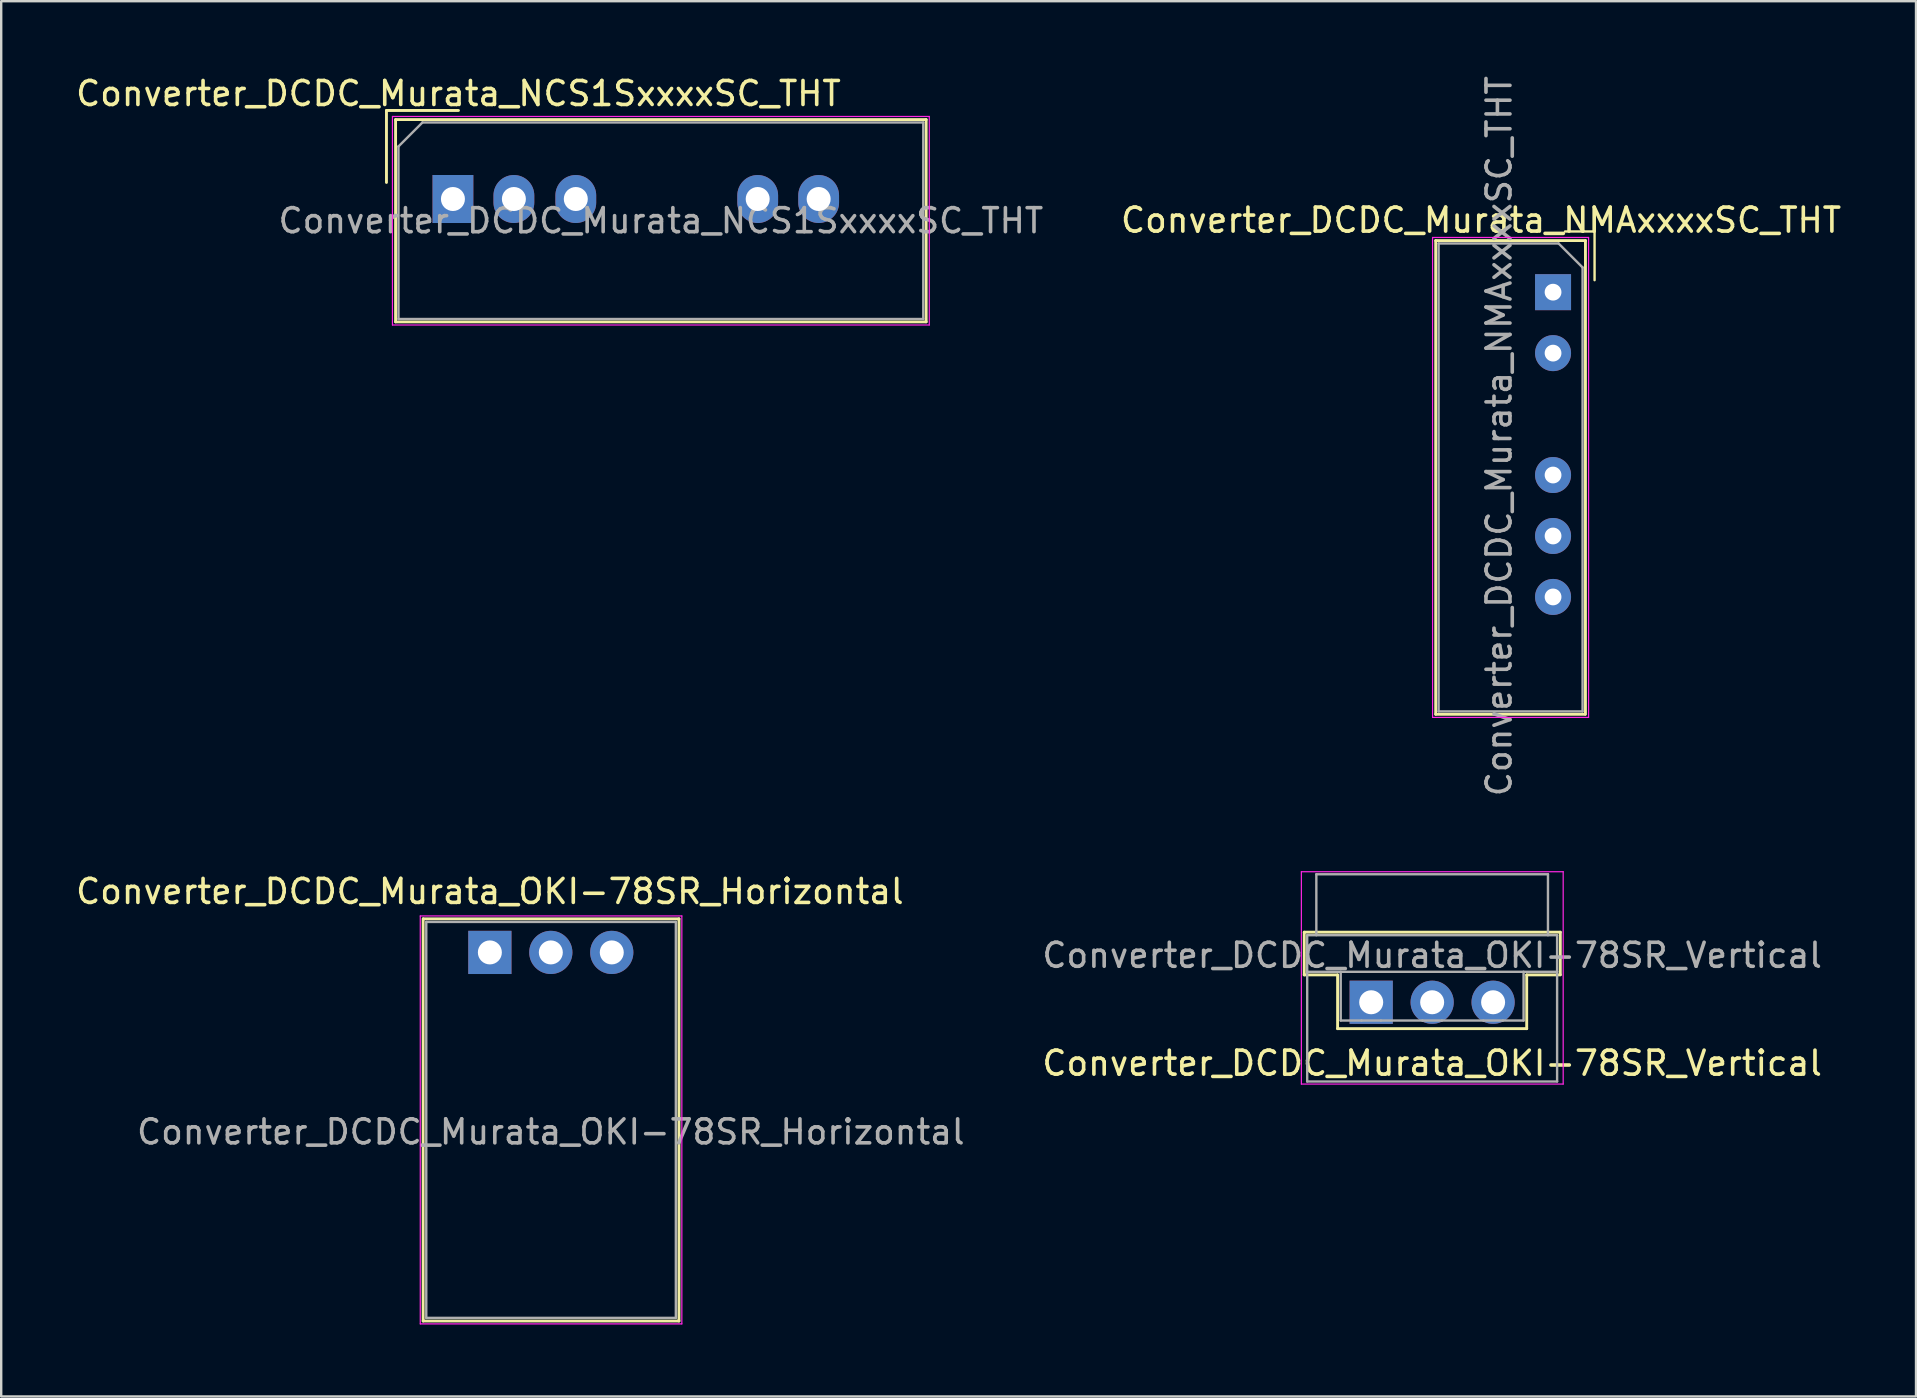
<source format=kicad_pcb>
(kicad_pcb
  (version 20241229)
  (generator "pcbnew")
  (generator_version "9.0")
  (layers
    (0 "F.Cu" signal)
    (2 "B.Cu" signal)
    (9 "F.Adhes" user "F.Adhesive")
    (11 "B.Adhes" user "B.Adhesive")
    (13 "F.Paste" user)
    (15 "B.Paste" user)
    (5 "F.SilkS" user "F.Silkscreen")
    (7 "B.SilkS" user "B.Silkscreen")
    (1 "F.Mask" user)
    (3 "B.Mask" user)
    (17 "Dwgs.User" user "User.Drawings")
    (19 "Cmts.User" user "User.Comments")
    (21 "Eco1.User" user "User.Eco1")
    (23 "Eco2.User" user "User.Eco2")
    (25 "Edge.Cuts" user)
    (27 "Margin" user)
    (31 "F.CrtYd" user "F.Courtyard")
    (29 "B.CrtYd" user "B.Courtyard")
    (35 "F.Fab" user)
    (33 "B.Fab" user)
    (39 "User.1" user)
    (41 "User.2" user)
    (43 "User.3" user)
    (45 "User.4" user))
  (footprint "Converter_DCDC_Murata_NCS1SxxxxSC_THT"
    (layer "F.Cu")
    (at 15.824 5.243)
    (property "Reference" "Converter_DCDC_Murata_NCS1SxxxxSC_THT" (at 0.23 -4.395 0) (layer "F.SilkS") (effects (font (size 1 1) (thickness 0.15))))
    (attr through_hole)
    (fp_line (start -2.77 -3.69) (end 0.23 -3.69) (stroke (width 0.12) (type solid)) (layer "F.SilkS"))
    (fp_line (start -2.77 -0.69) (end -2.77 -3.69) (stroke (width 0.12) (type solid)) (layer "F.SilkS"))
    (fp_line (start -2.39 -3.31) (end -2.39 5.12) (stroke (width 0.12) (type solid)) (layer "F.SilkS"))
    (fp_line (start -2.39 -3.31) (end 19.72 -3.31) (stroke (width 0.12) (type solid)) (layer "F.SilkS"))
    (fp_line (start -2.39 5.12) (end 19.72 5.12) (stroke (width 0.12) (type solid)) (layer "F.SilkS"))
    (fp_line (start 19.72 -3.31) (end 19.72 5.12) (stroke (width 0.12) (type solid)) (layer "F.SilkS"))
    (fp_line (start -2.52 -3.44) (end -2.52 5.25) (stroke (width 0.05) (type solid)) (layer "F.CrtYd"))
    (fp_line (start -2.52 -3.44) (end 19.85 -3.44) (stroke (width 0.05) (type solid)) (layer "F.CrtYd"))
    (fp_line (start -2.52 5.25) (end 19.85 5.25) (stroke (width 0.05) (type solid)) (layer "F.CrtYd"))
    (fp_line (start 19.85 -3.44) (end 19.85 5.25) (stroke (width 0.05) (type solid)) (layer "F.CrtYd"))
    (fp_line (start -2.27 -2.19) (end -1.27 -3.19) (stroke (width 0.1) (type solid)) (layer "F.Fab"))
    (fp_line (start -2.27 5) (end -2.27 -2.19) (stroke (width 0.1) (type solid)) (layer "F.Fab"))
    (fp_line (start -1.27 -3.19) (end 19.6 -3.19) (stroke (width 0.1) (type solid)) (layer "F.Fab"))
    (fp_line (start 19.6 -3.19) (end 19.6 5) (stroke (width 0.1) (type solid)) (layer "F.Fab"))
    (fp_line (start 19.6 5) (end -2.27 5) (stroke (width 0.1) (type solid)) (layer "F.Fab"))
    (fp_text user "" (at -3 0 0) (layer "F.SilkS") (effects (font (size 1 1) (thickness 0.15))))
    (fp_text user "${REFERENCE}" (at 8.665 0.905 0) (layer "F.Fab") (effects (font (size 1 1) (thickness 0.15))))
    (pad "1" thru_hole rect (at 0 0) (size 1.7 2) (drill 1) (layers "*.Cu" "*.Mask"))
    (pad "2" thru_hole oval (at 2.54 0) (size 1.7 2) (drill 1) (layers "*.Cu" "*.Mask"))
    (pad "3" thru_hole oval (at 5.12 0) (size 1.7 2) (drill 1) (layers "*.Cu" "*.Mask"))
    (pad "6" thru_hole oval (at 12.7 0) (size 1.7 2) (drill 1) (layers "*.Cu" "*.Mask"))
    (pad "7" thru_hole oval (at 15.24 0) (size 1.7 2) (drill 1) (layers "*.Cu" "*.Mask")))
  (footprint "Converter_DCDC_Murata_OKI-78SR_Vertical"
    (layer "F.Cu")
    (at 54.089 38.715)
    (property "Reference" "Converter_DCDC_Murata_OKI-78SR_Vertical" (at 2.54 2.54 180) (layer "F.SilkS") (effects (font (size 1 1) (thickness 0.15))))
    (attr through_hole)
    (fp_line (start -2.79 -2.92) (end -2.79 -1.14) (stroke (width 0.12) (type solid)) (layer "F.SilkS"))
    (fp_line (start -1.4 -1.14) (end -2.79 -1.14) (stroke (width 0.12) (type solid)) (layer "F.SilkS"))
    (fp_line (start -1.4 1.1) (end -1.4 -1.14) (stroke (width 0.12) (type solid)) (layer "F.SilkS"))
    (fp_line (start 6.48 -1.14) (end 6.48 1.1) (stroke (width 0.12) (type solid)) (layer "F.SilkS"))
    (fp_line (start 6.48 1.1) (end -1.4 1.1) (stroke (width 0.12) (type solid)) (layer "F.SilkS"))
    (fp_line (start 7.88 -2.92) (end -2.79 -2.92) (stroke (width 0.12) (type solid)) (layer "F.SilkS"))
    (fp_line (start 7.88 -1.15) (end 7.88 -2.92) (stroke (width 0.12) (type solid)) (layer "F.SilkS"))
    (fp_line (start 7.88 -1.14) (end 6.48 -1.14) (stroke (width 0.12) (type solid)) (layer "F.SilkS"))
    (fp_line (start -2.91 -5.44) (end -2.91 3.41) (stroke (width 0.05) (type solid)) (layer "F.CrtYd"))
    (fp_line (start -2.91 3.41) (end 8 3.41) (stroke (width 0.05) (type solid)) (layer "F.CrtYd"))
    (fp_line (start 8 -5.44) (end -2.91 -5.44) (stroke (width 0.05) (type solid)) (layer "F.CrtYd"))
    (fp_line (start 8 3.41) (end 8 -5.44) (stroke (width 0.05) (type solid)) (layer "F.CrtYd"))
    (fp_line (start -2.667 -2.794) (end -2.667 -1.27) (stroke (width 0.1) (type solid)) (layer "F.Fab"))
    (fp_line (start -2.667 -2.794) (end 7.747 -2.794) (stroke (width 0.1) (type solid)) (layer "F.Fab"))
    (fp_line (start -2.667 -1.27) (end -2.667 3.302) (stroke (width 0.1) (type solid)) (layer "F.Fab"))
    (fp_line (start -2.667 -1.27) (end 7.747 -1.27) (stroke (width 0.1) (type solid)) (layer "F.Fab"))
    (fp_line (start -2.286 -5.334) (end -2.286 -2.794) (stroke (width 0.1) (type solid)) (layer "F.Fab"))
    (fp_line (start -1.27 0.762) (end -1.27 -1.27) (stroke (width 0.1) (type solid)) (layer "F.Fab"))
    (fp_line (start -1.27 0.762) (end -0.406 0.762) (stroke (width 0.1) (type solid)) (layer "F.Fab"))
    (fp_line (start 0.406 0.762) (end -0.406 0.762) (stroke (width 0.1) (type solid)) (layer "F.Fab"))
    (fp_line (start 0.406 0.762) (end 2.134 0.762) (stroke (width 0.1) (type solid)) (layer "F.Fab"))
    (fp_line (start 2.946 0.762) (end 2.134 0.762) (stroke (width 0.1) (type solid)) (layer "F.Fab"))
    (fp_line (start 2.946 0.762) (end 4.674 0.762) (stroke (width 0.1) (type solid)) (layer "F.Fab"))
    (fp_line (start 5.486 0.762) (end 4.674 0.762) (stroke (width 0.1) (type solid)) (layer "F.Fab"))
    (fp_line (start 5.486 0.762) (end 6.35 0.762) (stroke (width 0.1) (type solid)) (layer "F.Fab"))
    (fp_line (start 6.35 -1.27) (end 6.35 0.762) (stroke (width 0.1) (type solid)) (layer "F.Fab"))
    (fp_line (start 7.366 -5.334) (end -2.286 -5.334) (stroke (width 0.1) (type solid)) (layer "F.Fab"))
    (fp_line (start 7.366 -2.794) (end 7.366 -5.334) (stroke (width 0.1) (type solid)) (layer "F.Fab"))
    (fp_line (start 7.747 -2.794) (end 7.747 -1.27) (stroke (width 0.1) (type solid)) (layer "F.Fab"))
    (fp_line (start 7.747 -1.27) (end 7.747 3.302) (stroke (width 0.1) (type solid)) (layer "F.Fab"))
    (fp_line (start 7.747 3.302) (end -2.667 3.302) (stroke (width 0.1) (type solid)) (layer "F.Fab"))
    (fp_text user "${REFERENCE}" (at 2.54 -1.956 180) (layer "F.Fab") (effects (font (size 1 1) (thickness 0.15))))
    (pad "1" thru_hole rect (at 0 0) (size 1.8 1.8) (drill 1) (layers "*.Cu" "*.Mask"))
    (pad "2" thru_hole circle (at 2.54 0) (size 1.8 1.8) (drill 1) (layers "*.Cu" "*.Mask"))
    (pad "3" thru_hole circle (at 5.08 0) (size 1.8 1.8) (drill 1) (layers "*.Cu" "*.Mask")))
  (footprint "Converter_DCDC_Murata_OKI-78SR_Horizontal"
    (layer "F.Cu")
    (at 17.363 36.638)
    (property "Reference" "Converter_DCDC_Murata_OKI-78SR_Horizontal" (at 0 -2.54 180) (layer "F.SilkS") (effects (font (size 1 1) (thickness 0.15))))
    (attr through_hole)
    (fp_line (start -2.78 -1.4) (end -2.78 15.36) (stroke (width 0.12) (type solid)) (layer "F.SilkS"))
    (fp_line (start -2.78 15.36) (end 7.88 15.36) (stroke (width 0.12) (type solid)) (layer "F.SilkS"))
    (fp_line (start 7.88 -1.4) (end -2.77 -1.4) (stroke (width 0.12) (type solid)) (layer "F.SilkS"))
    (fp_line (start 7.88 15.36) (end 7.88 -1.4) (stroke (width 0.12) (type solid)) (layer "F.SilkS"))
    (fp_line (start -2.9 -1.52) (end -2.9 15.48) (stroke (width 0.05) (type solid)) (layer "F.CrtYd"))
    (fp_line (start -2.9 15.48) (end 8 15.48) (stroke (width 0.05) (type solid)) (layer "F.CrtYd"))
    (fp_line (start 8 -1.52) (end -2.9 -1.52) (stroke (width 0.05) (type solid)) (layer "F.CrtYd"))
    (fp_line (start 8 15.48) (end 8 -1.52) (stroke (width 0.05) (type solid)) (layer "F.CrtYd"))
    (fp_line (start -2.65 -1.27) (end 7.75 -1.27) (stroke (width 0.1) (type solid)) (layer "F.Fab"))
    (fp_line (start -2.65 15.23) (end -2.65 -1.27) (stroke (width 0.1) (type solid)) (layer "F.Fab"))
    (fp_line (start 7.75 -1.27) (end 7.75 15.23) (stroke (width 0.1) (type solid)) (layer "F.Fab"))
    (fp_line (start 7.75 15.23) (end -2.65 15.23) (stroke (width 0.1) (type solid)) (layer "F.Fab"))
    (fp_text user "${REFERENCE}" (at 2.54 7.48 180) (layer "F.Fab") (effects (font (size 1 1) (thickness 0.15))))
    (pad "1" thru_hole rect (at 0 0 180) (size 1.8 1.8) (drill 1) (layers "*.Cu" "*.Mask"))
    (pad "2" thru_hole circle (at 2.54 0 180) (size 1.8 1.8) (drill 1) (layers "*.Cu" "*.Mask"))
    (pad "3" thru_hole circle (at 5.08 0 180) (size 1.8 1.8) (drill 1) (layers "*.Cu" "*.Mask")))
  (footprint "Converter_DCDC_Murata_NMAxxxxSC_THT"
    (layer "F.Cu")
    (at 61.667 9.125)
    (property "Reference" "Converter_DCDC_Murata_NMAxxxxSC_THT" (at -3 -3 0) (layer "F.SilkS") (effects (font (size 1 1) (thickness 0.15))))
    (attr through_hole)
    (fp_line (start -4.89 -2.15) (end -4.89 17.59) (stroke (width 0.12) (type solid)) (layer "F.SilkS"))
    (fp_line (start -4.89 17.59) (end 1.33 17.59) (stroke (width 0.12) (type solid)) (layer "F.SilkS"))
    (fp_line (start 1.35 -2.15) (end -4.89 -2.15) (stroke (width 0.12) (type solid)) (layer "F.SilkS"))
    (fp_line (start 1.35 17.59) (end 1.35 -2.15) (stroke (width 0.12) (type solid)) (layer "F.SilkS"))
    (fp_line (start 1.73 -2.53) (end 0.5 -2.53) (stroke (width 0.1) (type solid)) (layer "F.SilkS"))
    (fp_line (start 1.73 -2.53) (end 1.73 -0.5) (stroke (width 0.1) (type solid)) (layer "F.SilkS"))
    (fp_line (start -5.02 -2.28) (end -5.02 17.72) (stroke (width 0.05) (type solid)) (layer "F.CrtYd"))
    (fp_line (start -5.02 17.72) (end 1.48 17.72) (stroke (width 0.05) (type solid)) (layer "F.CrtYd"))
    (fp_line (start 1.48 -2.28) (end -5.02 -2.28) (stroke (width 0.05) (type solid)) (layer "F.CrtYd"))
    (fp_line (start 1.48 17.72) (end 1.48 -2.28) (stroke (width 0.05) (type solid)) (layer "F.CrtYd"))
    (fp_line (start -4.77 -2.03) (end -4.77 17.47) (stroke (width 0.1) (type solid)) (layer "F.Fab"))
    (fp_line (start -4.77 17.47) (end 1.23 17.47) (stroke (width 0.1) (type solid)) (layer "F.Fab"))
    (fp_line (start 0.23 -2.03) (end -4.77 -2.03) (stroke (width 0.1) (type solid)) (layer "F.Fab"))
    (fp_line (start 0.23 -2.03) (end 1.23 -1.03) (stroke (width 0.1) (type solid)) (layer "F.Fab"))
    (fp_line (start 1.23 17.47) (end 1.23 -1.03) (stroke (width 0.1) (type solid)) (layer "F.Fab"))
    (fp_text user "${REFERENCE}" (at -2.25 6 90) (layer "F.Fab") (effects (font (size 1 1) (thickness 0.15))))
    (pad "1" thru_hole rect (at 0 0) (size 1.5 1.5) (drill 0.7) (layers "*.Cu" "*.Mask"))
    (pad "2" thru_hole oval (at 0 2.54) (size 1.5 1.5) (drill 0.7) (layers "*.Cu" "*.Mask"))
    (pad "4" thru_hole oval (at 0 7.62) (size 1.5 1.5) (drill 0.7) (layers "*.Cu" "*.Mask"))
    (pad "5" thru_hole oval (at 0 10.16) (size 1.5 1.5) (drill 0.7) (layers "*.Cu" "*.Mask"))
    (pad "6" thru_hole oval (at 0 12.7) (size 1.5 1.5) (drill 0.7) (layers "*.Cu" "*.Mask")))
  (gr_rect
    (start -3 -3)
    (end 76.792 55.143)
    (stroke (width 0.1) (type default))
    (fill no)
    (layer "Edge.Cuts")))
</source>
